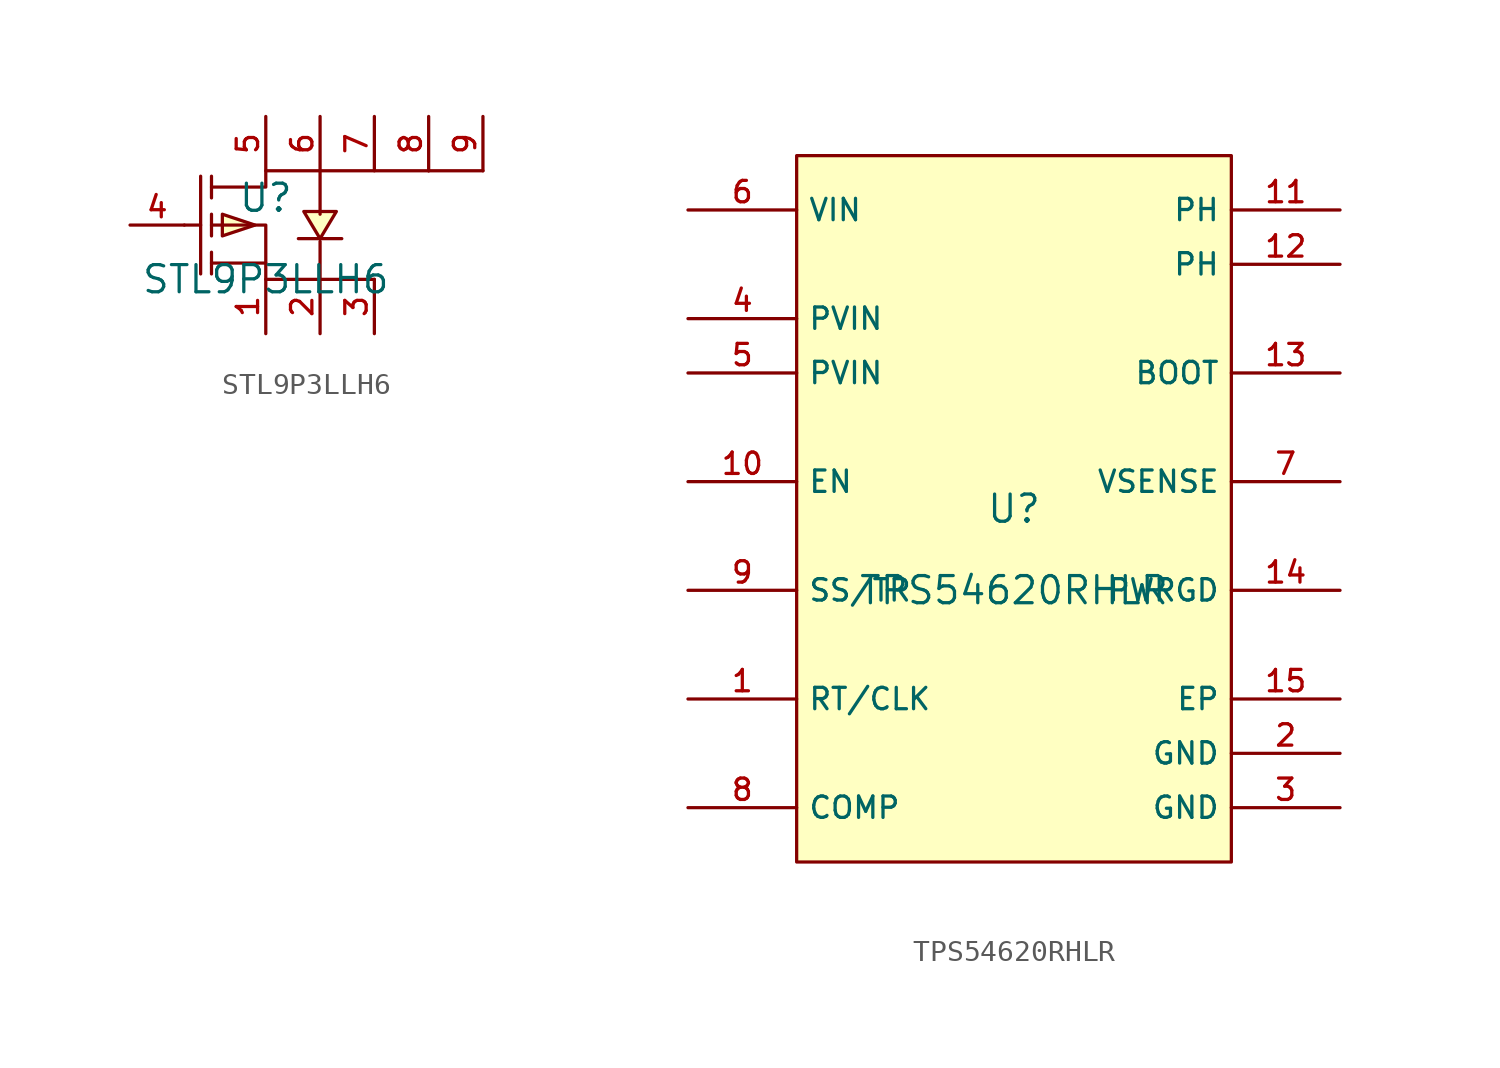
<source format=kicad_sym>
(kicad_symbol_lib
  (version 20231120)
  (generator "kicad_symbol_editor")
  (generator_version "8.0")
  (symbol "STL9P3LLH6"
    (pin_names hide)
    (property "Reference" "U"
      (at 0 1.27 0)
      (effects (font (size 1.27 1.27))))
    (property "Value" "STL9P3LLH6"
      (at 0 -2.54 0)
      (effects (font (size 1.27 1.27))))
    (symbol "STL9P3LLH6_0_1"
      (polyline (pts (xy -3.81 0) (xy -3.048 0)) (stroke (width 0) (type default)) (fill (type none)))
      (polyline (pts (xy -3.048 2.286) (xy -3.048 -2.286)) (stroke (width 0) (type default)) (fill (type none)))
      (polyline (pts (xy -2.54 -2.286) (xy -2.54 -1.27)) (stroke (width 0) (type default)) (fill (type none)))
      (polyline (pts (xy -2.54 -0.508) (xy -2.54 0.508)) (stroke (width 0) (type default)) (fill (type none)))
      (polyline (pts (xy -2.54 2.286) (xy -2.54 1.27)) (stroke (width 0) (type default)) (fill (type none)))
      (polyline (pts (xy 0 -1.778) (xy -2.54 -1.778)) (stroke (width 0) (type default)) (fill (type none)))
      (polyline (pts (xy 2.54 2.54) (xy 7.62 2.54)) (stroke (width 0) (type default)) (fill (type none)))
      (polyline (pts (xy 5.08 -2.54) (xy 2.54 -2.54)) (stroke (width 0) (type default)) (fill (type none)))
      (polyline (pts (xy 7.62 2.54) (xy 10.16 2.54)) (stroke (width 0) (type default)) (fill (type none)))
      (polyline (pts (xy -0.508 0) (xy -2.032 0.508) (xy -2.032 -0.508) (xy -0.508 0)) (stroke (width 0) (type default)) (fill (type background)))
      (polyline (pts (xy 1.524 -0.635) (xy 2.032 -0.635) (xy 3.048 -0.635) (xy 3.556 -0.635)) (stroke (width 0) (type default)) (fill (type none)))
      (polyline (pts (xy 2.54 -0.635) (xy 3.302 0.635) (xy 1.778 0.635) (xy 2.54 -0.635)) (stroke (width 0) (type default)) (fill (type background)))
      (polyline (pts (xy -2.54 0) (xy 0 0) (xy 0 -2.54) (xy 2.54 -2.54) (xy 2.54 -0.762)) (stroke (width 0) (type default)) (fill (type none)))
      (polyline (pts (xy -2.54 1.778) (xy 0 1.778) (xy 0 2.54) (xy 2.54 2.54) (xy 2.54 0.508)) (stroke (width 0) (type default)) (fill (type none)))
      (pin unspecified line (at 0 -5.08 90) (length 2.54) (name "S" (effects (font (size 1 1)))) (number "1" (effects (font (size 1 1)))))
      (pin unspecified line (at 2.54 -5.08 90) (length 2.54) (name "S" (effects (font (size 1 1)))) (number "2" (effects (font (size 1 1)))))
      (pin unspecified line (at 5.08 -5.08 90) (length 2.54) (name "S" (effects (font (size 1 1)))) (number "3" (effects (font (size 1 1)))))
      (pin unspecified line (at -6.35 0 0) (length 2.54) (name "G" (effects (font (size 1 1)))) (number "4" (effects (font (size 1 1)))))
      (pin unspecified line (at 0 5.08 270) (length 2.54) (name "D" (effects (font (size 1 1)))) (number "5" (effects (font (size 1 1)))))
      (pin unspecified line (at 2.54 5.08 270) (length 2.54) (name "D" (effects (font (size 1 1)))) (number "6" (effects (font (size 1 1)))))
      (pin unspecified line (at 5.08 5.08 270) (length 2.54) (name "D" (effects (font (size 1 1)))) (number "7" (effects (font (size 1 1)))))
      (pin unspecified line (at 7.62 5.08 270) (length 2.54) (name "D" (effects (font (size 1 1)))) (number "8" (effects (font (size 1 1)))))
      (pin unspecified line (at 10.16 5.08 270) (length 2.54) (name "D" (effects (font (size 1 1)))) (number "9" (effects (font (size 1 1)))))))
  (symbol "TPS54620RHLR"
    (property "Reference" "U"
      (at 0 1.27 0)
      (effects (font (size 1.27 1.27))))
    (property "Value" "TPS54620RHLR"
      (at 0 -2.54 0)
      (effects (font (size 1.27 1.27))))
    (symbol "TPS54620RHLR_0_1"
      (rectangle (start -10.16 17.78) (end 10.16 -15.24) (stroke (width 0) (type default)) (fill (type background)))
      (pin unspecified line (at -15.24 -7.62 0) (length 5.08) (name "RT/CLK" (effects (font (size 1 1)))) (number "1" (effects (font (size 1 1)))))
      (pin unspecified line (at -15.24 2.54 0) (length 5.08) (name "EN" (effects (font (size 1 1)))) (number "10" (effects (font (size 1 1)))))
      (pin power_in line (at 15.24 15.24 180) (length 5.08) (name "PH" (effects (font (size 1 1)))) (number "11" (effects (font (size 1 1)))))
      (pin power_in line (at 15.24 12.7 180) (length 5.08) (name "PH" (effects (font (size 1 1)))) (number "12" (effects (font (size 1 1)))))
      (pin unspecified line (at 15.24 7.62 180) (length 5.08) (name "BOOT" (effects (font (size 1 1)))) (number "13" (effects (font (size 1 1)))))
      (pin unspecified line (at 15.24 -2.54 180) (length 5.08) (name "PWRGD" (effects (font (size 1 1)))) (number "14" (effects (font (size 1 1)))))
      (pin power_in line (at 15.24 -7.62 180) (length 5.08) (name "EP" (effects (font (size 1 1)))) (number "15" (effects (font (size 1 1)))))
      (pin power_in line (at 15.24 -10.16 180) (length 5.08) (name "GND" (effects (font (size 1 1)))) (number "2" (effects (font (size 1 1)))))
      (pin power_in line (at 15.24 -12.7 180) (length 5.08) (name "GND" (effects (font (size 1 1)))) (number "3" (effects (font (size 1 1)))))
      (pin power_in line (at -15.24 10.16 0) (length 5.08) (name "PVIN" (effects (font (size 1 1)))) (number "4" (effects (font (size 1 1)))))
      (pin power_in line (at -15.24 7.62 0) (length 5.08) (name "PVIN" (effects (font (size 1 1)))) (number "5" (effects (font (size 1 1)))))
      (pin power_in line (at -15.24 15.24 0) (length 5.08) (name "VIN" (effects (font (size 1 1)))) (number "6" (effects (font (size 1 1)))))
      (pin unspecified line (at 15.24 2.54 180) (length 5.08) (name "VSENSE" (effects (font (size 1 1)))) (number "7" (effects (font (size 1 1)))))
      (pin unspecified line (at -15.24 -12.7 0) (length 5.08) (name "COMP" (effects (font (size 1 1)))) (number "8" (effects (font (size 1 1)))))
      (pin unspecified line (at -15.24 -2.54 0) (length 5.08) (name "SS/TR" (effects (font (size 1 1)))) (number "9" (effects (font (size 1 1))))))))
</source>
